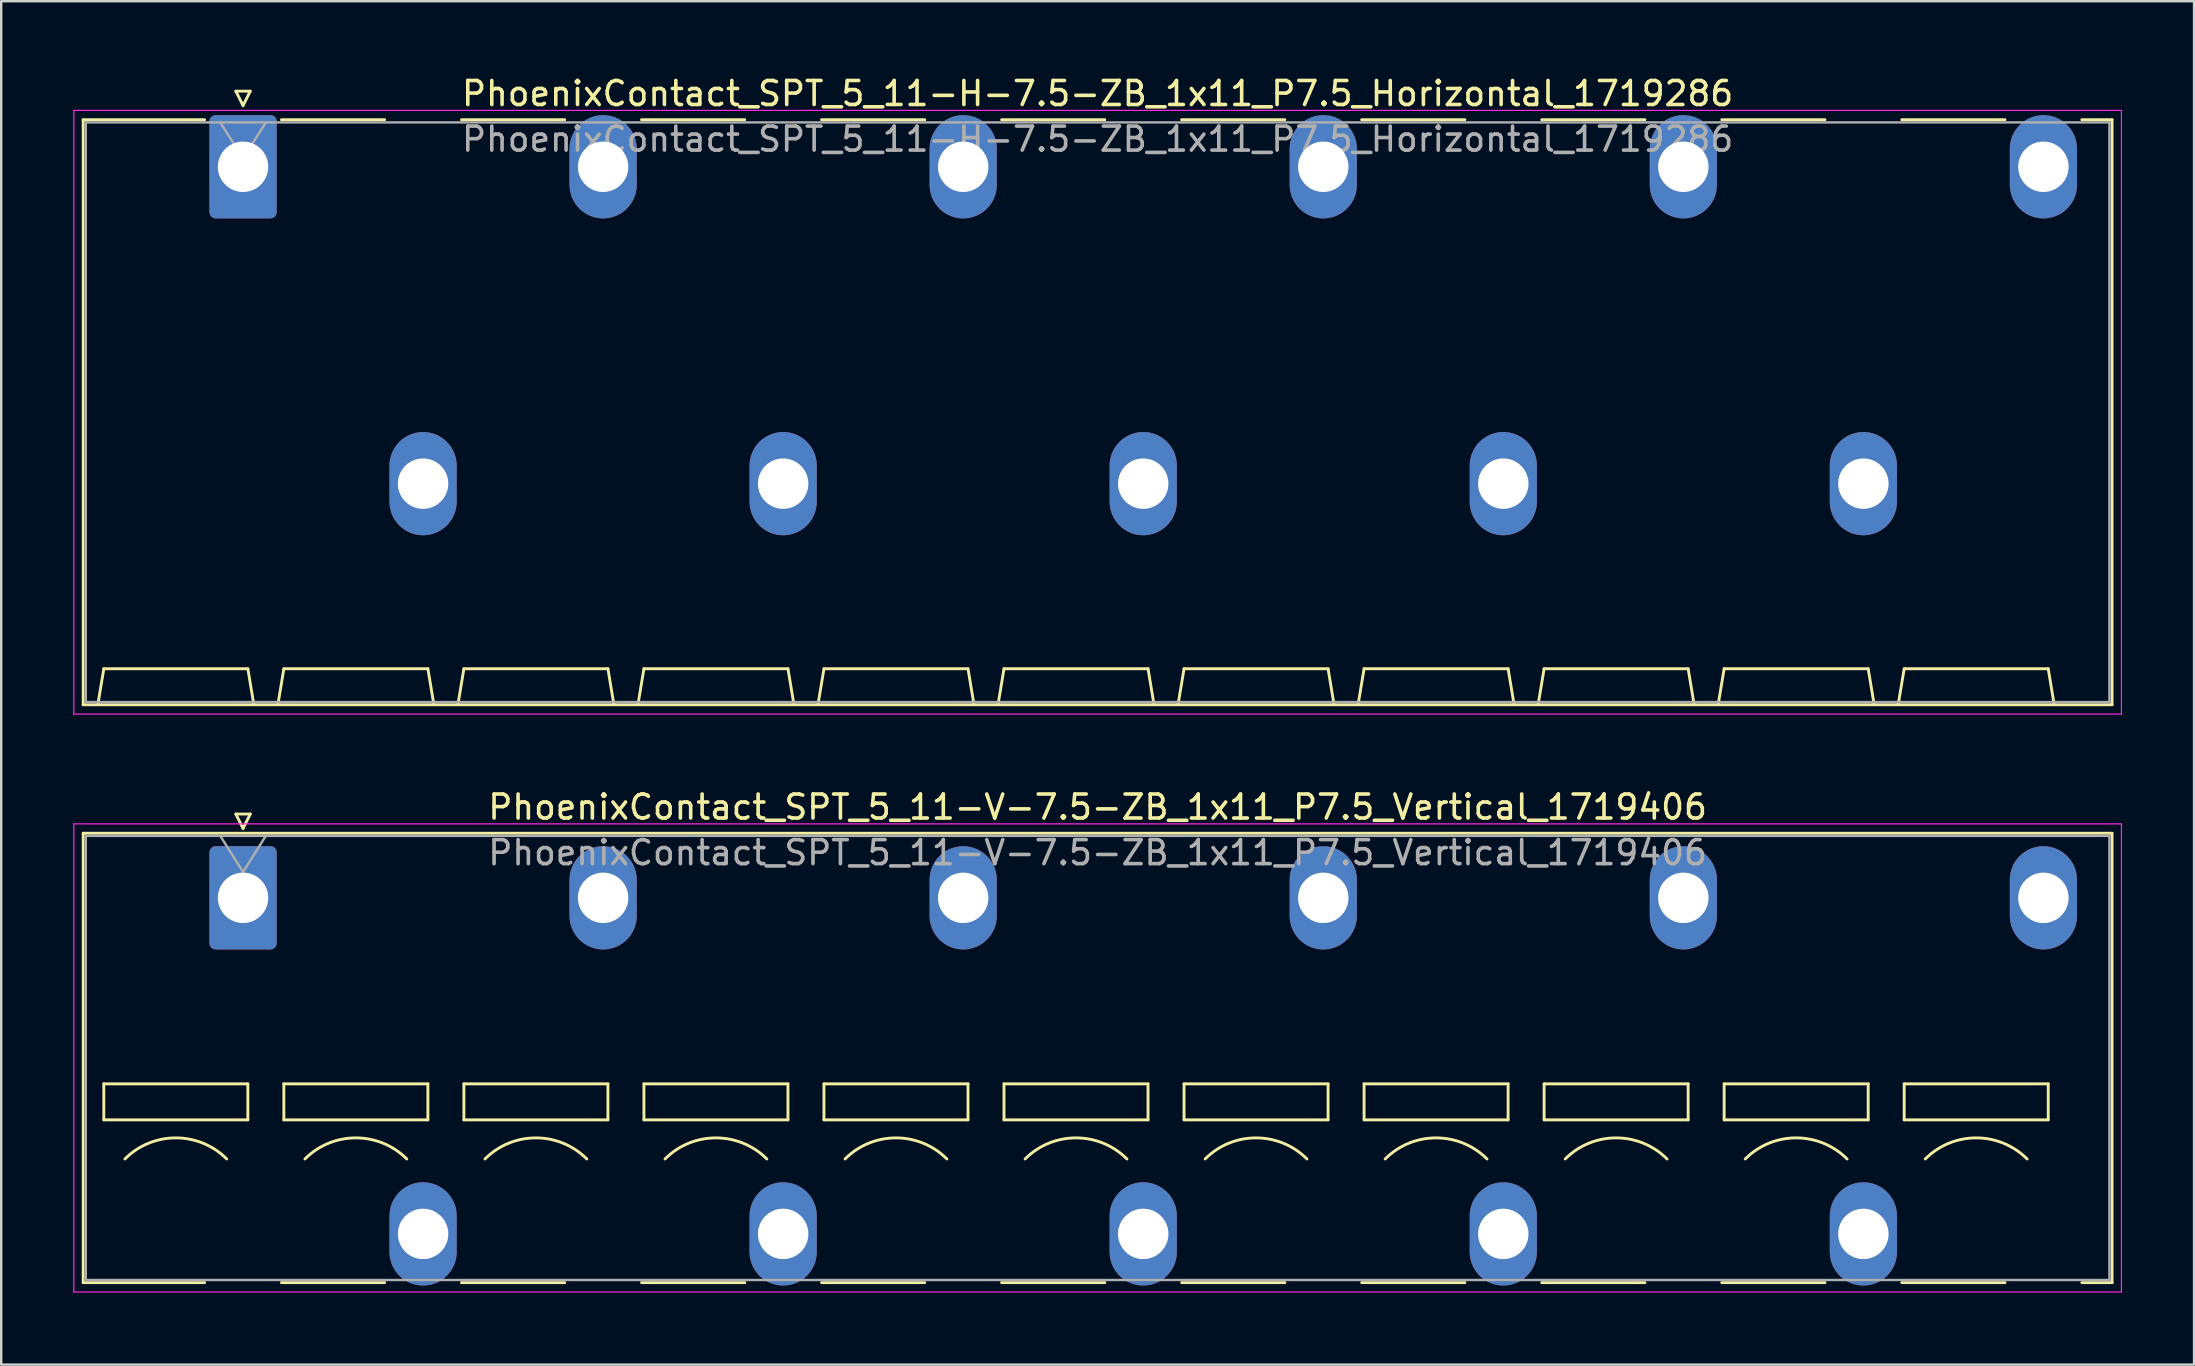
<source format=kicad_pcb>
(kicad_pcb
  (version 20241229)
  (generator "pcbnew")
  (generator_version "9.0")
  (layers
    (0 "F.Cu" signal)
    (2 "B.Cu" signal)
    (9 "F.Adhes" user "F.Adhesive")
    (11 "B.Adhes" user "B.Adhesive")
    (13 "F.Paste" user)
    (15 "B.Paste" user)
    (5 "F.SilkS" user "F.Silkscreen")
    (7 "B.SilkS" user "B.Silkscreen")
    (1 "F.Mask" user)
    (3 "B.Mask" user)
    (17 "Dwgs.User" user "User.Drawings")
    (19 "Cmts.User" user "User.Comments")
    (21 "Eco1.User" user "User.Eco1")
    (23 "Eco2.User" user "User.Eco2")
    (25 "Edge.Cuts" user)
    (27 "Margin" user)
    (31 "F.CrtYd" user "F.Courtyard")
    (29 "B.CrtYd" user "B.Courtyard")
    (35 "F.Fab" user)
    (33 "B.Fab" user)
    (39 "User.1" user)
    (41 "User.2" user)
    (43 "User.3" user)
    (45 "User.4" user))
  (footprint "PhoenixContact_SPT_5_11-H-7.5-ZB_1x11_P7.5_Horizontal_1719286"
    (layer "F.Cu")
    (at 7.075 3.898)
    (property "Reference" "PhoenixContact_SPT_5_11-H-7.5-ZB_1x11_P7.5_Horizontal_1719286" (at 35.6 -3.05 0) (layer "F.SilkS") (effects (font (size 1 1) (thickness 0.15))))
    (attr through_hole)
    (fp_line (start -6.66 -1.96) (end -1.6 -1.96) (stroke (width 0.12) (type solid)) (layer "F.SilkS"))
    (fp_line (start -6.66 22.41) (end -6.66 -1.96) (stroke (width 0.12) (type solid)) (layer "F.SilkS"))
    (fp_line (start -6.05 22.41) (end -5.8 20.91) (stroke (width 0.12) (type solid)) (layer "F.SilkS"))
    (fp_line (start -5.8 20.91) (end 0.2 20.91) (stroke (width 0.12) (type solid)) (layer "F.SilkS"))
    (fp_line (start -0.3 -3.15) (end 0 -2.55) (stroke (width 0.12) (type solid)) (layer "F.SilkS"))
    (fp_line (start -0.3 -3.15) (end 0.3 -3.15) (stroke (width 0.12) (type solid)) (layer "F.SilkS"))
    (fp_line (start 0.3 -3.15) (end 0 -2.55) (stroke (width 0.12) (type solid)) (layer "F.SilkS"))
    (fp_line (start 0.45 22.41) (end 0.2 20.91) (stroke (width 0.12) (type solid)) (layer "F.SilkS"))
    (fp_line (start 1.45 22.41) (end 1.7 20.91) (stroke (width 0.12) (type solid)) (layer "F.SilkS"))
    (fp_line (start 1.6 -1.96) (end 5.9 -1.96) (stroke (width 0.12) (type solid)) (layer "F.SilkS"))
    (fp_line (start 1.7 20.91) (end 7.7 20.91) (stroke (width 0.12) (type solid)) (layer "F.SilkS"))
    (fp_line (start 7.95 22.41) (end 7.7 20.91) (stroke (width 0.12) (type solid)) (layer "F.SilkS"))
    (fp_line (start 8.95 22.41) (end 9.2 20.91) (stroke (width 0.12) (type solid)) (layer "F.SilkS"))
    (fp_line (start 9.1 -1.96) (end 13.4 -1.96) (stroke (width 0.12) (type solid)) (layer "F.SilkS"))
    (fp_line (start 9.2 20.91) (end 15.2 20.91) (stroke (width 0.12) (type solid)) (layer "F.SilkS"))
    (fp_line (start 15.45 22.41) (end 15.2 20.91) (stroke (width 0.12) (type solid)) (layer "F.SilkS"))
    (fp_line (start 16.45 22.41) (end 16.7 20.91) (stroke (width 0.12) (type solid)) (layer "F.SilkS"))
    (fp_line (start 16.6 -1.96) (end 20.9 -1.96) (stroke (width 0.12) (type solid)) (layer "F.SilkS"))
    (fp_line (start 16.7 20.91) (end 22.7 20.91) (stroke (width 0.12) (type solid)) (layer "F.SilkS"))
    (fp_line (start 22.95 22.41) (end 22.7 20.91) (stroke (width 0.12) (type solid)) (layer "F.SilkS"))
    (fp_line (start 23.95 22.41) (end 24.2 20.91) (stroke (width 0.12) (type solid)) (layer "F.SilkS"))
    (fp_line (start 24.1 -1.96) (end 28.4 -1.96) (stroke (width 0.12) (type solid)) (layer "F.SilkS"))
    (fp_line (start 24.2 20.91) (end 30.2 20.91) (stroke (width 0.12) (type solid)) (layer "F.SilkS"))
    (fp_line (start 30.45 22.41) (end 30.2 20.91) (stroke (width 0.12) (type solid)) (layer "F.SilkS"))
    (fp_line (start 31.45 22.41) (end 31.7 20.91) (stroke (width 0.12) (type solid)) (layer "F.SilkS"))
    (fp_line (start 31.6 -1.96) (end 35.9 -1.96) (stroke (width 0.12) (type solid)) (layer "F.SilkS"))
    (fp_line (start 31.7 20.91) (end 37.7 20.91) (stroke (width 0.12) (type solid)) (layer "F.SilkS"))
    (fp_line (start 37.95 22.41) (end 37.7 20.91) (stroke (width 0.12) (type solid)) (layer "F.SilkS"))
    (fp_line (start 38.95 22.41) (end 39.2 20.91) (stroke (width 0.12) (type solid)) (layer "F.SilkS"))
    (fp_line (start 39.1 -1.96) (end 43.4 -1.96) (stroke (width 0.12) (type solid)) (layer "F.SilkS"))
    (fp_line (start 39.2 20.91) (end 45.2 20.91) (stroke (width 0.12) (type solid)) (layer "F.SilkS"))
    (fp_line (start 45.45 22.41) (end 45.2 20.91) (stroke (width 0.12) (type solid)) (layer "F.SilkS"))
    (fp_line (start 46.45 22.41) (end 46.7 20.91) (stroke (width 0.12) (type solid)) (layer "F.SilkS"))
    (fp_line (start 46.6 -1.96) (end 50.9 -1.96) (stroke (width 0.12) (type solid)) (layer "F.SilkS"))
    (fp_line (start 46.7 20.91) (end 52.7 20.91) (stroke (width 0.12) (type solid)) (layer "F.SilkS"))
    (fp_line (start 52.95 22.41) (end 52.7 20.91) (stroke (width 0.12) (type solid)) (layer "F.SilkS"))
    (fp_line (start 53.95 22.41) (end 54.2 20.91) (stroke (width 0.12) (type solid)) (layer "F.SilkS"))
    (fp_line (start 54.1 -1.96) (end 58.4 -1.96) (stroke (width 0.12) (type solid)) (layer "F.SilkS"))
    (fp_line (start 54.2 20.91) (end 60.2 20.91) (stroke (width 0.12) (type solid)) (layer "F.SilkS"))
    (fp_line (start 60.45 22.41) (end 60.2 20.91) (stroke (width 0.12) (type solid)) (layer "F.SilkS"))
    (fp_line (start 61.45 22.41) (end 61.7 20.91) (stroke (width 0.12) (type solid)) (layer "F.SilkS"))
    (fp_line (start 61.6 -1.96) (end 65.9 -1.96) (stroke (width 0.12) (type solid)) (layer "F.SilkS"))
    (fp_line (start 61.7 20.91) (end 67.7 20.91) (stroke (width 0.12) (type solid)) (layer "F.SilkS"))
    (fp_line (start 67.95 22.41) (end 67.7 20.91) (stroke (width 0.12) (type solid)) (layer "F.SilkS"))
    (fp_line (start 68.95 22.41) (end 69.2 20.91) (stroke (width 0.12) (type solid)) (layer "F.SilkS"))
    (fp_line (start 69.1 -1.96) (end 73.4 -1.96) (stroke (width 0.12) (type solid)) (layer "F.SilkS"))
    (fp_line (start 69.2 20.91) (end 75.2 20.91) (stroke (width 0.12) (type solid)) (layer "F.SilkS"))
    (fp_line (start 75.45 22.41) (end 75.2 20.91) (stroke (width 0.12) (type solid)) (layer "F.SilkS"))
    (fp_line (start 76.6 -1.96) (end 77.86 -1.96) (stroke (width 0.12) (type solid)) (layer "F.SilkS"))
    (fp_line (start 77.86 -1.96) (end 77.86 22.41) (stroke (width 0.12) (type solid)) (layer "F.SilkS"))
    (fp_line (start 77.86 22.41) (end -6.66 22.41) (stroke (width 0.12) (type solid)) (layer "F.SilkS"))
    (fp_line (start -7.05 -2.35) (end -7.05 22.8) (stroke (width 0.05) (type solid)) (layer "F.CrtYd"))
    (fp_line (start -7.05 22.8) (end 78.25 22.8) (stroke (width 0.05) (type solid)) (layer "F.CrtYd"))
    (fp_line (start 78.25 -2.35) (end -7.05 -2.35) (stroke (width 0.05) (type solid)) (layer "F.CrtYd"))
    (fp_line (start 78.25 22.8) (end 78.25 -2.35) (stroke (width 0.05) (type solid)) (layer "F.CrtYd"))
    (fp_line (start -6.55 -1.85) (end -6.55 22.3) (stroke (width 0.1) (type solid)) (layer "F.Fab"))
    (fp_line (start -6.55 22.3) (end 77.75 22.3) (stroke (width 0.1) (type solid)) (layer "F.Fab"))
    (fp_line (start -0.95 -1.85) (end 0 -0.35) (stroke (width 0.1) (type solid)) (layer "F.Fab"))
    (fp_line (start 0.95 -1.85) (end 0 -0.35) (stroke (width 0.1) (type solid)) (layer "F.Fab"))
    (fp_line (start 77.75 -1.85) (end -6.55 -1.85) (stroke (width 0.1) (type solid)) (layer "F.Fab"))
    (fp_line (start 77.75 22.3) (end 77.75 -1.85) (stroke (width 0.1) (type solid)) (layer "F.Fab"))
    (fp_text user "${REFERENCE}" (at 35.6 -1.15 0) (layer "F.Fab") (effects (font (size 1 1) (thickness 0.15))))
    (pad "1" thru_hole roundrect (at 0 0) (size 2.8 4.3) (drill 2.1) (layers "*.Cu" "*.Mask") (roundrect_rratio 0.089))
    (pad "2" thru_hole oval (at 7.5 13.2) (size 2.8 4.3) (drill 2.1) (layers "*.Cu" "*.Mask"))
    (pad "3" thru_hole oval (at 15 0) (size 2.8 4.3) (drill 2.1) (layers "*.Cu" "*.Mask"))
    (pad "4" thru_hole oval (at 22.5 13.2) (size 2.8 4.3) (drill 2.1) (layers "*.Cu" "*.Mask"))
    (pad "5" thru_hole oval (at 30 0) (size 2.8 4.3) (drill 2.1) (layers "*.Cu" "*.Mask"))
    (pad "6" thru_hole oval (at 37.5 13.2) (size 2.8 4.3) (drill 2.1) (layers "*.Cu" "*.Mask"))
    (pad "7" thru_hole oval (at 45 0) (size 2.8 4.3) (drill 2.1) (layers "*.Cu" "*.Mask"))
    (pad "8" thru_hole oval (at 52.5 13.2) (size 2.8 4.3) (drill 2.1) (layers "*.Cu" "*.Mask"))
    (pad "9" thru_hole oval (at 60 0) (size 2.8 4.3) (drill 2.1) (layers "*.Cu" "*.Mask"))
    (pad "10" thru_hole oval (at 67.5 13.2) (size 2.8 4.3) (drill 2.1) (layers "*.Cu" "*.Mask"))
    (pad "11" thru_hole oval (at 75 0) (size 2.8 4.3) (drill 2.1) (layers "*.Cu" "*.Mask")))
  (footprint "PhoenixContact_SPT_5_11-V-7.5-ZB_1x11_P7.5_Vertical_1719406"
    (layer "F.Cu")
    (at 7.075 34.352)
    (property "Reference" "PhoenixContact_SPT_5_11-V-7.5-ZB_1x11_P7.5_Vertical_1719406" (at 35.6 -3.78 0) (layer "F.SilkS") (effects (font (size 1 1) (thickness 0.15))))
    (attr through_hole)
    (fp_line (start -6.66 -2.69) (end 77.86 -2.69) (stroke (width 0.12) (type solid)) (layer "F.SilkS"))
    (fp_line (start -6.66 16.03) (end -6.66 -2.69) (stroke (width 0.12) (type solid)) (layer "F.SilkS"))
    (fp_line (start -6.66 16.03) (end -1.6 16.03) (stroke (width 0.12) (type solid)) (layer "F.SilkS"))
    (fp_line (start -5.8 7.75) (end -5.8 9.25) (stroke (width 0.12) (type solid)) (layer "F.SilkS"))
    (fp_line (start -5.8 9.25) (end 0.2 9.25) (stroke (width 0.12) (type solid)) (layer "F.SilkS"))
    (fp_line (start -0.3 -3.49) (end 0 -2.89) (stroke (width 0.12) (type solid)) (layer "F.SilkS"))
    (fp_line (start -0.3 -3.49) (end 0.3 -3.49) (stroke (width 0.12) (type solid)) (layer "F.SilkS"))
    (fp_line (start 0.2 7.75) (end -5.8 7.75) (stroke (width 0.12) (type solid)) (layer "F.SilkS"))
    (fp_line (start 0.2 9.25) (end 0.2 7.75) (stroke (width 0.12) (type solid)) (layer "F.SilkS"))
    (fp_line (start 0.3 -3.49) (end 0 -2.89) (stroke (width 0.12) (type solid)) (layer "F.SilkS"))
    (fp_line (start 1.6 16.03) (end 5.9 16.03) (stroke (width 0.12) (type solid)) (layer "F.SilkS"))
    (fp_line (start 1.7 7.75) (end 1.7 9.25) (stroke (width 0.12) (type solid)) (layer "F.SilkS"))
    (fp_line (start 1.7 9.25) (end 7.7 9.25) (stroke (width 0.12) (type solid)) (layer "F.SilkS"))
    (fp_line (start 7.7 7.75) (end 1.7 7.75) (stroke (width 0.12) (type solid)) (layer "F.SilkS"))
    (fp_line (start 7.7 9.25) (end 7.7 7.75) (stroke (width 0.12) (type solid)) (layer "F.SilkS"))
    (fp_line (start 9.1 16.03) (end 13.4 16.03) (stroke (width 0.12) (type solid)) (layer "F.SilkS"))
    (fp_line (start 9.2 7.75) (end 9.2 9.25) (stroke (width 0.12) (type solid)) (layer "F.SilkS"))
    (fp_line (start 9.2 9.25) (end 15.2 9.25) (stroke (width 0.12) (type solid)) (layer "F.SilkS"))
    (fp_line (start 15.2 7.75) (end 9.2 7.75) (stroke (width 0.12) (type solid)) (layer "F.SilkS"))
    (fp_line (start 15.2 9.25) (end 15.2 7.75) (stroke (width 0.12) (type solid)) (layer "F.SilkS"))
    (fp_line (start 16.6 16.03) (end 20.9 16.03) (stroke (width 0.12) (type solid)) (layer "F.SilkS"))
    (fp_line (start 16.7 7.75) (end 16.7 9.25) (stroke (width 0.12) (type solid)) (layer "F.SilkS"))
    (fp_line (start 16.7 9.25) (end 22.7 9.25) (stroke (width 0.12) (type solid)) (layer "F.SilkS"))
    (fp_line (start 22.7 7.75) (end 16.7 7.75) (stroke (width 0.12) (type solid)) (layer "F.SilkS"))
    (fp_line (start 22.7 9.25) (end 22.7 7.75) (stroke (width 0.12) (type solid)) (layer "F.SilkS"))
    (fp_line (start 24.1 16.03) (end 28.4 16.03) (stroke (width 0.12) (type solid)) (layer "F.SilkS"))
    (fp_line (start 24.2 7.75) (end 24.2 9.25) (stroke (width 0.12) (type solid)) (layer "F.SilkS"))
    (fp_line (start 24.2 9.25) (end 30.2 9.25) (stroke (width 0.12) (type solid)) (layer "F.SilkS"))
    (fp_line (start 30.2 7.75) (end 24.2 7.75) (stroke (width 0.12) (type solid)) (layer "F.SilkS"))
    (fp_line (start 30.2 9.25) (end 30.2 7.75) (stroke (width 0.12) (type solid)) (layer "F.SilkS"))
    (fp_line (start 31.6 16.03) (end 35.9 16.03) (stroke (width 0.12) (type solid)) (layer "F.SilkS"))
    (fp_line (start 31.7 7.75) (end 31.7 9.25) (stroke (width 0.12) (type solid)) (layer "F.SilkS"))
    (fp_line (start 31.7 9.25) (end 37.7 9.25) (stroke (width 0.12) (type solid)) (layer "F.SilkS"))
    (fp_line (start 37.7 7.75) (end 31.7 7.75) (stroke (width 0.12) (type solid)) (layer "F.SilkS"))
    (fp_line (start 37.7 9.25) (end 37.7 7.75) (stroke (width 0.12) (type solid)) (layer "F.SilkS"))
    (fp_line (start 39.1 16.03) (end 43.4 16.03) (stroke (width 0.12) (type solid)) (layer "F.SilkS"))
    (fp_line (start 39.2 7.75) (end 39.2 9.25) (stroke (width 0.12) (type solid)) (layer "F.SilkS"))
    (fp_line (start 39.2 9.25) (end 45.2 9.25) (stroke (width 0.12) (type solid)) (layer "F.SilkS"))
    (fp_line (start 45.2 7.75) (end 39.2 7.75) (stroke (width 0.12) (type solid)) (layer "F.SilkS"))
    (fp_line (start 45.2 9.25) (end 45.2 7.75) (stroke (width 0.12) (type solid)) (layer "F.SilkS"))
    (fp_line (start 46.6 16.03) (end 50.9 16.03) (stroke (width 0.12) (type solid)) (layer "F.SilkS"))
    (fp_line (start 46.7 7.75) (end 46.7 9.25) (stroke (width 0.12) (type solid)) (layer "F.SilkS"))
    (fp_line (start 46.7 9.25) (end 52.7 9.25) (stroke (width 0.12) (type solid)) (layer "F.SilkS"))
    (fp_line (start 52.7 7.75) (end 46.7 7.75) (stroke (width 0.12) (type solid)) (layer "F.SilkS"))
    (fp_line (start 52.7 9.25) (end 52.7 7.75) (stroke (width 0.12) (type solid)) (layer "F.SilkS"))
    (fp_line (start 54.1 16.03) (end 58.4 16.03) (stroke (width 0.12) (type solid)) (layer "F.SilkS"))
    (fp_line (start 54.2 7.75) (end 54.2 9.25) (stroke (width 0.12) (type solid)) (layer "F.SilkS"))
    (fp_line (start 54.2 9.25) (end 60.2 9.25) (stroke (width 0.12) (type solid)) (layer "F.SilkS"))
    (fp_line (start 60.2 7.75) (end 54.2 7.75) (stroke (width 0.12) (type solid)) (layer "F.SilkS"))
    (fp_line (start 60.2 9.25) (end 60.2 7.75) (stroke (width 0.12) (type solid)) (layer "F.SilkS"))
    (fp_line (start 61.6 16.03) (end 65.9 16.03) (stroke (width 0.12) (type solid)) (layer "F.SilkS"))
    (fp_line (start 61.7 7.75) (end 61.7 9.25) (stroke (width 0.12) (type solid)) (layer "F.SilkS"))
    (fp_line (start 61.7 9.25) (end 67.7 9.25) (stroke (width 0.12) (type solid)) (layer "F.SilkS"))
    (fp_line (start 67.7 7.75) (end 61.7 7.75) (stroke (width 0.12) (type solid)) (layer "F.SilkS"))
    (fp_line (start 67.7 9.25) (end 67.7 7.75) (stroke (width 0.12) (type solid)) (layer "F.SilkS"))
    (fp_line (start 69.1 16.03) (end 73.4 16.03) (stroke (width 0.12) (type solid)) (layer "F.SilkS"))
    (fp_line (start 69.2 7.75) (end 69.2 9.25) (stroke (width 0.12) (type solid)) (layer "F.SilkS"))
    (fp_line (start 69.2 9.25) (end 75.2 9.25) (stroke (width 0.12) (type solid)) (layer "F.SilkS"))
    (fp_line (start 75.2 7.75) (end 69.2 7.75) (stroke (width 0.12) (type solid)) (layer "F.SilkS"))
    (fp_line (start 75.2 9.25) (end 75.2 7.75) (stroke (width 0.12) (type solid)) (layer "F.SilkS"))
    (fp_line (start 76.6 16.03) (end 77.86 16.03) (stroke (width 0.12) (type solid)) (layer "F.SilkS"))
    (fp_line (start 77.86 -2.69) (end 77.86 16.03) (stroke (width 0.12) (type solid)) (layer "F.SilkS"))
    (fp_arc (start -4.92132 10.87868) (mid -2.8 10) (end -0.67868 10.87868) (stroke (width 0.12) (type solid)) (layer "F.SilkS"))
    (fp_arc (start 2.57868 10.87868) (mid 4.7 10) (end 6.82132 10.87868) (stroke (width 0.12) (type solid)) (layer "F.SilkS"))
    (fp_arc (start 10.07868 10.87868) (mid 12.2 10) (end 14.32132 10.87868) (stroke (width 0.12) (type solid)) (layer "F.SilkS"))
    (fp_arc (start 17.57868 10.87868) (mid 19.7 10) (end 21.82132 10.87868) (stroke (width 0.12) (type solid)) (layer "F.SilkS"))
    (fp_arc (start 25.07868 10.87868) (mid 27.2 10) (end 29.32132 10.87868) (stroke (width 0.12) (type solid)) (layer "F.SilkS"))
    (fp_arc (start 32.57868 10.87868) (mid 34.7 10) (end 36.82132 10.87868) (stroke (width 0.12) (type solid)) (layer "F.SilkS"))
    (fp_arc (start 40.07868 10.87868) (mid 42.2 10) (end 44.32132 10.87868) (stroke (width 0.12) (type solid)) (layer "F.SilkS"))
    (fp_arc (start 47.57868 10.87868) (mid 49.7 10) (end 51.82132 10.87868) (stroke (width 0.12) (type solid)) (layer "F.SilkS"))
    (fp_arc (start 55.07868 10.87868) (mid 57.2 10) (end 59.32132 10.87868) (stroke (width 0.12) (type solid)) (layer "F.SilkS"))
    (fp_arc (start 62.57868 10.87868) (mid 64.7 10) (end 66.82132 10.87868) (stroke (width 0.12) (type solid)) (layer "F.SilkS"))
    (fp_arc (start 70.07868 10.87868) (mid 72.2 10) (end 74.32132 10.87868) (stroke (width 0.12) (type solid)) (layer "F.SilkS"))
    (fp_line (start -7.05 -3.08) (end -7.05 16.42) (stroke (width 0.05) (type solid)) (layer "F.CrtYd"))
    (fp_line (start -7.05 16.42) (end 78.25 16.42) (stroke (width 0.05) (type solid)) (layer "F.CrtYd"))
    (fp_line (start 78.25 -3.08) (end -7.05 -3.08) (stroke (width 0.05) (type solid)) (layer "F.CrtYd"))
    (fp_line (start 78.25 16.42) (end 78.25 -3.08) (stroke (width 0.05) (type solid)) (layer "F.CrtYd"))
    (fp_line (start -6.55 -2.58) (end -6.55 15.92) (stroke (width 0.1) (type solid)) (layer "F.Fab"))
    (fp_line (start -6.55 15.92) (end 77.75 15.92) (stroke (width 0.1) (type solid)) (layer "F.Fab"))
    (fp_line (start -0.95 -2.58) (end 0 -1.08) (stroke (width 0.1) (type solid)) (layer "F.Fab"))
    (fp_line (start 0.95 -2.58) (end 0 -1.08) (stroke (width 0.1) (type solid)) (layer "F.Fab"))
    (fp_line (start 77.75 -2.58) (end -6.55 -2.58) (stroke (width 0.1) (type solid)) (layer "F.Fab"))
    (fp_line (start 77.75 15.92) (end 77.75 -2.58) (stroke (width 0.1) (type solid)) (layer "F.Fab"))
    (fp_text user "${REFERENCE}" (at 35.6 -1.88 0) (layer "F.Fab") (effects (font (size 1 1) (thickness 0.15))))
    (pad "1" thru_hole roundrect (at 0 0) (size 2.8 4.3) (drill 2.1) (layers "*.Cu" "*.Mask") (roundrect_rratio 0.089))
    (pad "2" thru_hole oval (at 7.5 14) (size 2.8 4.3) (drill 2.1) (layers "*.Cu" "*.Mask"))
    (pad "3" thru_hole oval (at 15 0) (size 2.8 4.3) (drill 2.1) (layers "*.Cu" "*.Mask"))
    (pad "4" thru_hole oval (at 22.5 14) (size 2.8 4.3) (drill 2.1) (layers "*.Cu" "*.Mask"))
    (pad "5" thru_hole oval (at 30 0) (size 2.8 4.3) (drill 2.1) (layers "*.Cu" "*.Mask"))
    (pad "6" thru_hole oval (at 37.5 14) (size 2.8 4.3) (drill 2.1) (layers "*.Cu" "*.Mask"))
    (pad "7" thru_hole oval (at 45 0) (size 2.8 4.3) (drill 2.1) (layers "*.Cu" "*.Mask"))
    (pad "8" thru_hole oval (at 52.5 14) (size 2.8 4.3) (drill 2.1) (layers "*.Cu" "*.Mask"))
    (pad "9" thru_hole oval (at 60 0) (size 2.8 4.3) (drill 2.1) (layers "*.Cu" "*.Mask"))
    (pad "10" thru_hole oval (at 67.5 14) (size 2.8 4.3) (drill 2.1) (layers "*.Cu" "*.Mask"))
    (pad "11" thru_hole oval (at 75 0) (size 2.8 4.3) (drill 2.1) (layers "*.Cu" "*.Mask")))
  (gr_rect
    (start -3 -3)
    (end 88.35 53.797)
    (stroke (width 0.1) (type default))
    (fill no)
    (layer "Edge.Cuts")))
</source>
